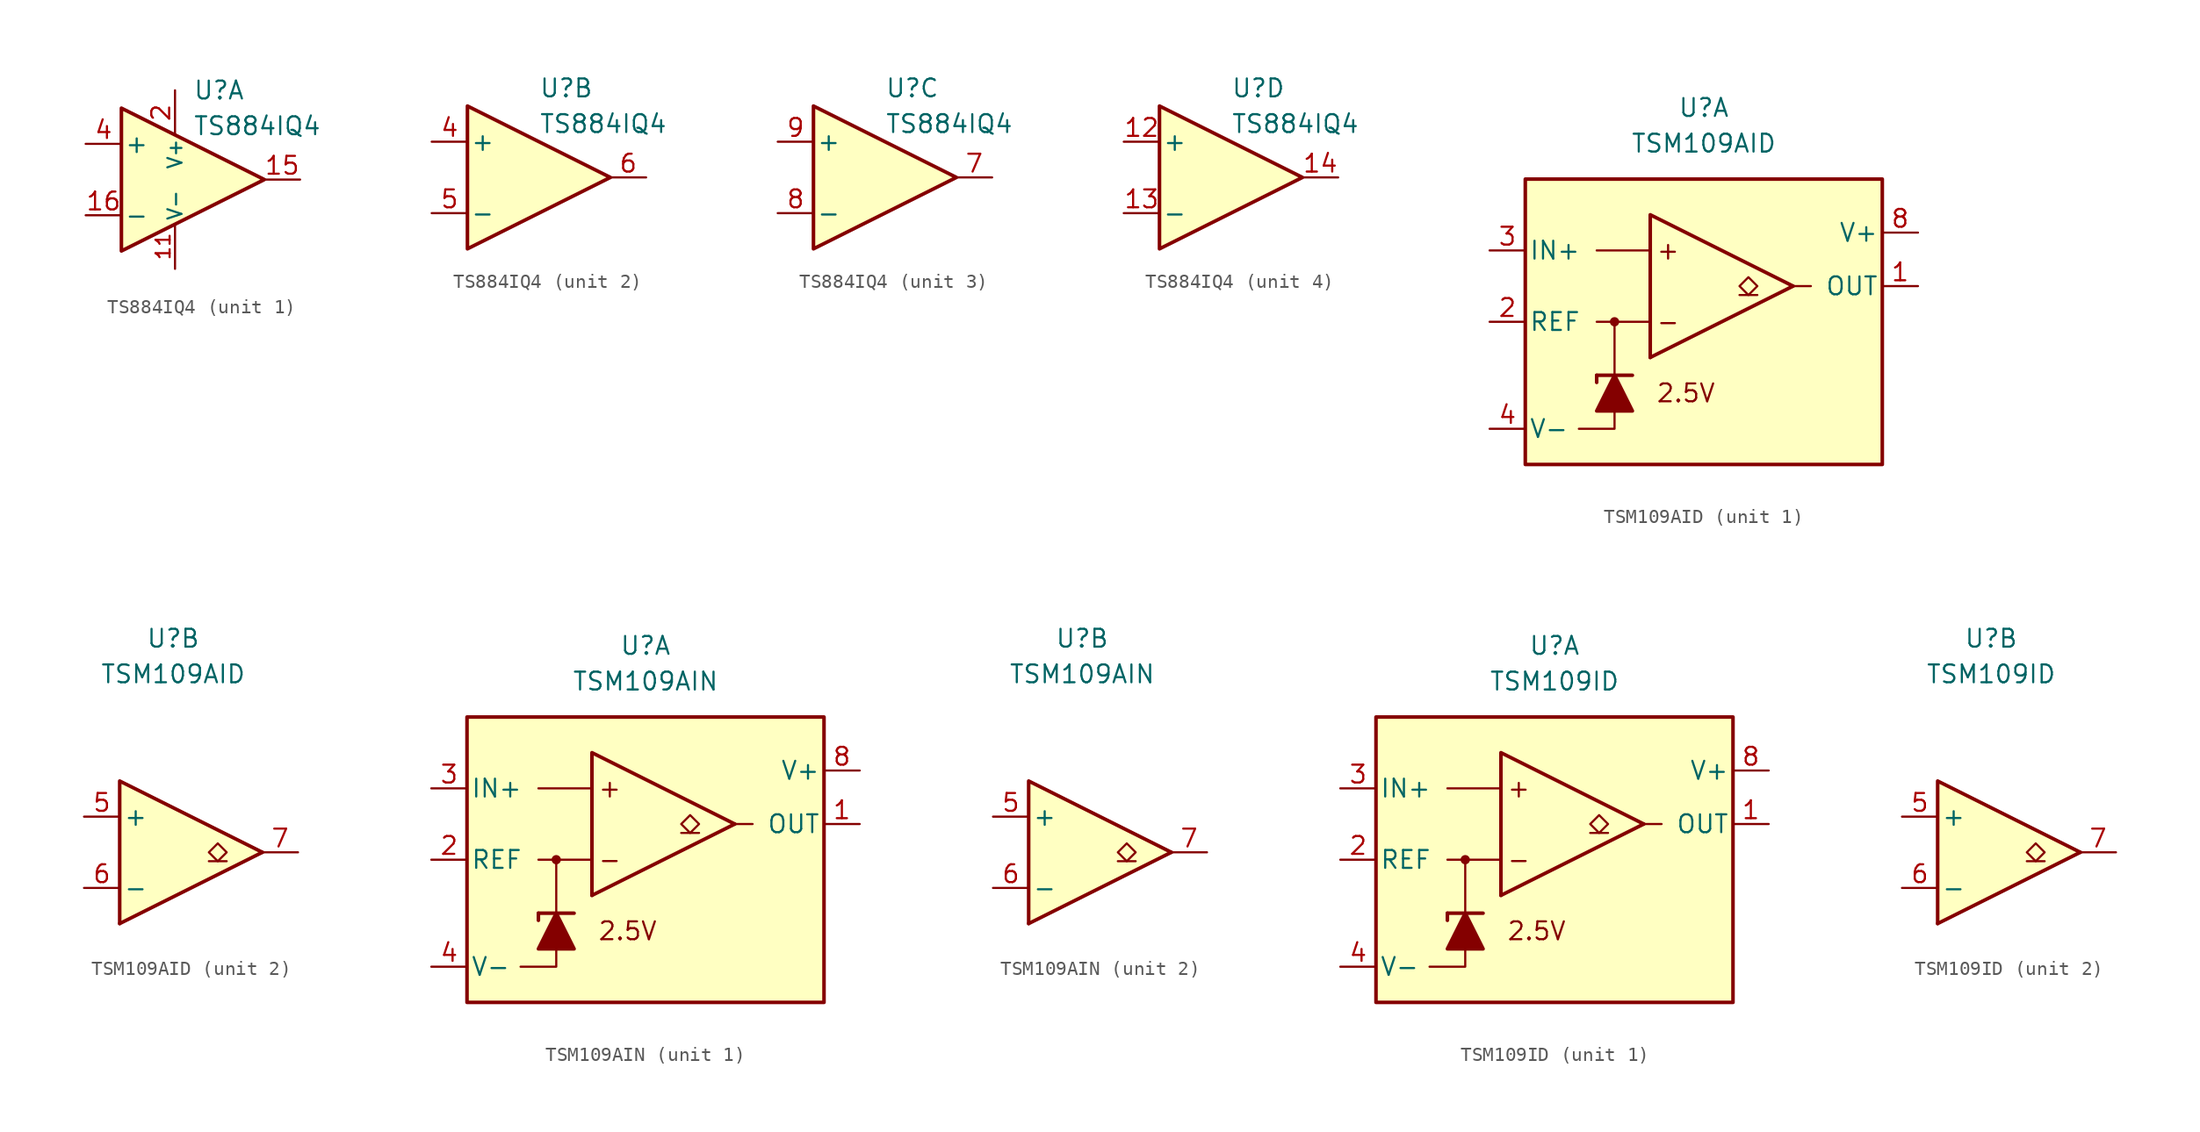
<source format=kicad_sym>
(kicad_symbol_lib
  (version 20211014)
  (generator kicad_symbol_editor)
  (symbol "TS884IQ4"
    (pin_names
      (offset 0.2))
    (property "Reference" "U"
      (at 1.27 6.35 0)
      (effects (font (size 1.27 1.27)) (justify left)))
    (property "Value" "TS884IQ4"
      (at 1.27 3.81 0)
      (effects (font (size 1.27 1.27)) (justify left)))
    (property "ki_locked" ""
      (at 0 0 0)
      (effects (font (size 1.27 1.27))))
    (symbol "TS884IQ4_0_1"
      (polyline (pts (xy -3.81 5.08) (xy -3.81 -5.08) (xy 6.35 0) (xy -3.81 5.08)) (stroke (width 0.254) (type default) (color 0 0 0 0)) (fill (type background))))
    (symbol "TS884IQ4_1_1"
      (pin no_connect line (at -1.27 -1.27 0) (length 2.54) hide (name "NC" (effects (font (size 1.27 1.27)))) (number "10" (effects (font (size 1.27 1.27)))))
      (pin power_in line (at 0 -6.35 90) (length 3.18) (name "V-" (effects (font (size 1 1)))) (number "11" (effects (font (size 1 1)))))
      (pin output line (at 8.89 0 180) (length 2.54) (name "~" (effects (font (size 1.27 1.27)))) (number "15" (effects (font (size 1.27 1.27)))))
      (pin input line (at -6.35 -2.54 0) (length 2.54) (name "-" (effects (font (size 1.27 1.27)))) (number "16" (effects (font (size 1.27 1.27)))))
      (pin power_in line (at 0 6.35 270) (length 3.18) (name "V+" (effects (font (size 1 1)))) (number "2" (effects (font (size 1.27 1.27)))))
      (pin no_connect line (at -1.27 1.27 0) (length 2.54) hide (name "NC" (effects (font (size 1.27 1.27)))) (number "3" (effects (font (size 1.27 1.27)))))
      (pin input line (at -6.35 2.54 0) (length 2.54) (name "+" (effects (font (size 1.27 1.27)))) (number "4" (effects (font (size 1.27 1.27))))))
    (symbol "TS884IQ4_2_1"
      (pin input line (at -6.35 2.54 0) (length 2.54) (name "+" (effects (font (size 1.27 1.27)))) (number "4" (effects (font (size 1.27 1.27)))))
      (pin input line (at -6.35 -2.54 0) (length 2.54) (name "-" (effects (font (size 1.27 1.27)))) (number "5" (effects (font (size 1.27 1.27)))))
      (pin output line (at 8.89 0 180) (length 2.54) (name "~" (effects (font (size 1.27 1.27)))) (number "6" (effects (font (size 1.27 1.27))))))
    (symbol "TS884IQ4_3_1"
      (pin output line (at 8.89 0 180) (length 2.54) (name "~" (effects (font (size 1.27 1.27)))) (number "7" (effects (font (size 1.27 1.27)))))
      (pin input line (at -6.35 -2.54 0) (length 2.54) (name "-" (effects (font (size 1.27 1.27)))) (number "8" (effects (font (size 1.27 1.27)))))
      (pin input line (at -6.35 2.54 0) (length 2.54) (name "+" (effects (font (size 1.27 1.27)))) (number "9" (effects (font (size 1.27 1.27))))))
    (symbol "TS884IQ4_4_1"
      (pin input line (at -6.35 2.54 0) (length 2.54) (name "+" (effects (font (size 1.27 1.27)))) (number "12" (effects (font (size 1.27 1.27)))))
      (pin input line (at -6.35 -2.54 0) (length 2.54) (name "-" (effects (font (size 1.27 1.27)))) (number "13" (effects (font (size 1.27 1.27)))))
      (pin output line (at 8.89 0 180) (length 2.54) (name "~" (effects (font (size 1.27 1.27)))) (number "14" (effects (font (size 1.27 1.27)))))))
  (symbol "TSM109AID"
    (pin_names
      (offset 0.254))
    (property "Reference" "U"
      (at 0 15.24 0)
      (effects (font (size 1.27 1.27))))
    (property "Value" "TSM109AID"
      (at 0 12.7 0)
      (effects (font (size 1.27 1.27))))
    (property "ki_locked" ""
      (at 0 0 0)
      (effects (font (size 1.27 1.27))))
    (symbol "TSM109AID_1_0"
      (circle (center -6.35 0) (radius 0.254) (stroke (width 0.152) (type default) (color 0 0 0 0)) (fill (type outline)))
      (polyline (pts (xy 6.35 2.54) (xy -3.81 -2.54)) (stroke (width 0.254) (type default) (color 0 0 0 0)) (fill (type none)))
      (polyline (pts (xy 6.35 2.54) (xy -3.81 7.62) (xy -3.81 -2.54)) (stroke (width 0.254) (type default) (color 0 0 0 0)) (fill (type background))))
    (symbol "TSM109AID_1_1"
      (rectangle (start -12.7 10.16) (end 12.7 -10.16) (stroke (width 0.254) (type default) (color 0 0 0 0)) (fill (type background)))
      (polyline (pts (xy -7.62 -3.81) (xy -7.62 -4.318)) (stroke (width 0.254) (type default) (color 0 0 0 0)) (fill (type none)))
      (polyline (pts (xy -7.62 -3.81) (xy -5.08 -3.81)) (stroke (width 0.254) (type default) (color 0 0 0 0)) (fill (type none)))
      (polyline (pts (xy -6.35 -3.81) (xy -6.35 0)) (stroke (width 0.152) (type default) (color 0 0 0 0)) (fill (type none)))
      (polyline (pts (xy -3.81 0) (xy -7.62 0)) (stroke (width 0) (type default) (color 0 0 0 0)) (fill (type none)))
      (polyline (pts (xy -3.81 5.08) (xy -7.62 5.08)) (stroke (width 0) (type default) (color 0 0 0 0)) (fill (type none)))
      (polyline (pts (xy 3.81 1.905) (xy 2.54 1.905)) (stroke (width 0.152) (type default) (color 0 0 0 0)) (fill (type none)))
      (polyline (pts (xy 6.35 2.54) (xy 7.62 2.54)) (stroke (width 0) (type default) (color 0 0 0 0)) (fill (type none)))
      (polyline (pts (xy -6.35 -6.35) (xy -6.35 -7.62) (xy -8.89 -7.62)) (stroke (width 0) (type default) (color 0 0 0 0)) (fill (type none)))
      (polyline (pts (xy -5.08 -6.35) (xy -7.62 -6.35) (xy -6.35 -3.81) (xy -5.08 -6.35)) (stroke (width 0.254) (type default) (color 0 0 0 0)) (fill (type outline)))
      (polyline (pts (xy 3.175 1.905) (xy 2.54 2.54) (xy 3.175 3.175) (xy 3.81 2.54) (xy 3.175 1.905)) (stroke (width 0.152) (type default) (color 0 0 0 0)) (fill (type none)))
      (text "+" (at -2.54 5.08 0) (effects (font (size 1.27 1.27))))
      (text "-" (at -2.54 0 0) (effects (font (size 1.27 1.27))))
      (text "2.5V" (at -1.27 -5.08 0) (effects (font (size 1.27 1.27))))
      (pin output line (at 15.24 2.54 180) (length 2.54) (name "OUT" (effects (font (size 1.27 1.27)))) (number "1" (effects (font (size 1.27 1.27)))))
      (pin output line (at -15.24 0 0) (length 2.54) (name "REF" (effects (font (size 1.27 1.27)))) (number "2" (effects (font (size 1.27 1.27)))))
      (pin input line (at -15.24 5.08 0) (length 2.54) (name "IN+" (effects (font (size 1.27 1.27)))) (number "3" (effects (font (size 1.27 1.27)))))
      (pin power_in line (at -15.24 -7.62 0) (length 2.54) (name "V-" (effects (font (size 1.27 1.27)))) (number "4" (effects (font (size 1.27 1.27)))))
      (pin power_in line (at 15.24 6.35 180) (length 2.54) (name "V+" (effects (font (size 1.27 1.27)))) (number "8" (effects (font (size 1.27 1.27))))))
    (symbol "TSM109AID_2_0"
      (polyline (pts (xy 6.35 0) (xy -3.81 -5.08)) (stroke (width 0.254) (type default) (color 0 0 0 0)) (fill (type none)))
      (polyline (pts (xy 6.35 0) (xy -3.81 5.08) (xy -3.81 -5.08)) (stroke (width 0.254) (type default) (color 0 0 0 0)) (fill (type background))))
    (symbol "TSM109AID_2_1"
      (polyline (pts (xy 3.81 -0.635) (xy 2.54 -0.635)) (stroke (width 0.152) (type default) (color 0 0 0 0)) (fill (type none)))
      (polyline (pts (xy 3.175 -0.635) (xy 2.54 0) (xy 3.175 0.635) (xy 3.81 0) (xy 3.175 -0.635)) (stroke (width 0.152) (type default) (color 0 0 0 0)) (fill (type none)))
      (pin input line (at -6.35 2.54 0) (length 2.54) (name "+" (effects (font (size 1.27 1.27)))) (number "5" (effects (font (size 1.27 1.27)))))
      (pin input line (at -6.35 -2.54 0) (length 2.54) (name "-" (effects (font (size 1.27 1.27)))) (number "6" (effects (font (size 1.27 1.27)))))
      (pin output line (at 8.89 0 180) (length 2.54) (name "~" (effects (font (size 1.27 1.27)))) (number "7" (effects (font (size 1.27 1.27)))))))
  (symbol "TSM109AIN"
    (pin_names
      (offset 0.254))
    (property "Reference" "U"
      (at 0 15.24 0)
      (effects (font (size 1.27 1.27))))
    (property "Value" "TSM109AIN"
      (at 0 12.7 0)
      (effects (font (size 1.27 1.27))))
    (property "ki_locked" ""
      (at 0 0 0)
      (effects (font (size 1.27 1.27))))
    (symbol "TSM109AIN_1_0"
      (circle (center -6.35 0) (radius 0.254) (stroke (width 0.152) (type default) (color 0 0 0 0)) (fill (type outline)))
      (polyline (pts (xy 6.35 2.54) (xy -3.81 -2.54)) (stroke (width 0.254) (type default) (color 0 0 0 0)) (fill (type none)))
      (polyline (pts (xy 6.35 2.54) (xy -3.81 7.62) (xy -3.81 -2.54)) (stroke (width 0.254) (type default) (color 0 0 0 0)) (fill (type background))))
    (symbol "TSM109AIN_1_1"
      (rectangle (start -12.7 10.16) (end 12.7 -10.16) (stroke (width 0.254) (type default) (color 0 0 0 0)) (fill (type background)))
      (polyline (pts (xy -7.62 -3.81) (xy -7.62 -4.318)) (stroke (width 0.254) (type default) (color 0 0 0 0)) (fill (type none)))
      (polyline (pts (xy -7.62 -3.81) (xy -5.08 -3.81)) (stroke (width 0.254) (type default) (color 0 0 0 0)) (fill (type none)))
      (polyline (pts (xy -6.35 -3.81) (xy -6.35 0)) (stroke (width 0.152) (type default) (color 0 0 0 0)) (fill (type none)))
      (polyline (pts (xy -3.81 0) (xy -7.62 0)) (stroke (width 0) (type default) (color 0 0 0 0)) (fill (type none)))
      (polyline (pts (xy -3.81 5.08) (xy -7.62 5.08)) (stroke (width 0) (type default) (color 0 0 0 0)) (fill (type none)))
      (polyline (pts (xy 3.81 1.905) (xy 2.54 1.905)) (stroke (width 0.152) (type default) (color 0 0 0 0)) (fill (type none)))
      (polyline (pts (xy 6.35 2.54) (xy 7.62 2.54)) (stroke (width 0) (type default) (color 0 0 0 0)) (fill (type none)))
      (polyline (pts (xy -6.35 -6.35) (xy -6.35 -7.62) (xy -8.89 -7.62)) (stroke (width 0) (type default) (color 0 0 0 0)) (fill (type none)))
      (polyline (pts (xy -5.08 -6.35) (xy -7.62 -6.35) (xy -6.35 -3.81) (xy -5.08 -6.35)) (stroke (width 0.254) (type default) (color 0 0 0 0)) (fill (type outline)))
      (polyline (pts (xy 3.175 1.905) (xy 2.54 2.54) (xy 3.175 3.175) (xy 3.81 2.54) (xy 3.175 1.905)) (stroke (width 0.152) (type default) (color 0 0 0 0)) (fill (type none)))
      (text "+" (at -2.54 5.08 0) (effects (font (size 1.27 1.27))))
      (text "-" (at -2.54 0 0) (effects (font (size 1.27 1.27))))
      (text "2.5V" (at -1.27 -5.08 0) (effects (font (size 1.27 1.27))))
      (pin output line (at 15.24 2.54 180) (length 2.54) (name "OUT" (effects (font (size 1.27 1.27)))) (number "1" (effects (font (size 1.27 1.27)))))
      (pin output line (at -15.24 0 0) (length 2.54) (name "REF" (effects (font (size 1.27 1.27)))) (number "2" (effects (font (size 1.27 1.27)))))
      (pin input line (at -15.24 5.08 0) (length 2.54) (name "IN+" (effects (font (size 1.27 1.27)))) (number "3" (effects (font (size 1.27 1.27)))))
      (pin power_in line (at -15.24 -7.62 0) (length 2.54) (name "V-" (effects (font (size 1.27 1.27)))) (number "4" (effects (font (size 1.27 1.27)))))
      (pin power_in line (at 15.24 6.35 180) (length 2.54) (name "V+" (effects (font (size 1.27 1.27)))) (number "8" (effects (font (size 1.27 1.27))))))
    (symbol "TSM109AIN_2_0"
      (polyline (pts (xy 6.35 0) (xy -3.81 -5.08)) (stroke (width 0.254) (type default) (color 0 0 0 0)) (fill (type none)))
      (polyline (pts (xy 6.35 0) (xy -3.81 5.08) (xy -3.81 -5.08)) (stroke (width 0.254) (type default) (color 0 0 0 0)) (fill (type background))))
    (symbol "TSM109AIN_2_1"
      (polyline (pts (xy 3.81 -0.635) (xy 2.54 -0.635)) (stroke (width 0.152) (type default) (color 0 0 0 0)) (fill (type none)))
      (polyline (pts (xy 3.175 -0.635) (xy 2.54 0) (xy 3.175 0.635) (xy 3.81 0) (xy 3.175 -0.635)) (stroke (width 0.152) (type default) (color 0 0 0 0)) (fill (type none)))
      (pin input line (at -6.35 2.54 0) (length 2.54) (name "+" (effects (font (size 1.27 1.27)))) (number "5" (effects (font (size 1.27 1.27)))))
      (pin input line (at -6.35 -2.54 0) (length 2.54) (name "-" (effects (font (size 1.27 1.27)))) (number "6" (effects (font (size 1.27 1.27)))))
      (pin output line (at 8.89 0 180) (length 2.54) (name "~" (effects (font (size 1.27 1.27)))) (number "7" (effects (font (size 1.27 1.27)))))))
  (symbol "TSM109ID"
    (pin_names
      (offset 0.254))
    (property "Reference" "U"
      (at 0 15.24 0)
      (effects (font (size 1.27 1.27))))
    (property "Value" "TSM109ID"
      (at 0 12.7 0)
      (effects (font (size 1.27 1.27))))
    (property "ki_locked" ""
      (at 0 0 0)
      (effects (font (size 1.27 1.27))))
    (symbol "TSM109ID_1_0"
      (circle (center -6.35 0) (radius 0.254) (stroke (width 0.152) (type default) (color 0 0 0 0)) (fill (type outline)))
      (polyline (pts (xy 6.35 2.54) (xy -3.81 -2.54)) (stroke (width 0.254) (type default) (color 0 0 0 0)) (fill (type none)))
      (polyline (pts (xy 6.35 2.54) (xy -3.81 7.62) (xy -3.81 -2.54)) (stroke (width 0.254) (type default) (color 0 0 0 0)) (fill (type background))))
    (symbol "TSM109ID_1_1"
      (rectangle (start -12.7 10.16) (end 12.7 -10.16) (stroke (width 0.254) (type default) (color 0 0 0 0)) (fill (type background)))
      (polyline (pts (xy -7.62 -3.81) (xy -7.62 -4.318)) (stroke (width 0.254) (type default) (color 0 0 0 0)) (fill (type none)))
      (polyline (pts (xy -7.62 -3.81) (xy -5.08 -3.81)) (stroke (width 0.254) (type default) (color 0 0 0 0)) (fill (type none)))
      (polyline (pts (xy -6.35 -3.81) (xy -6.35 0)) (stroke (width 0.152) (type default) (color 0 0 0 0)) (fill (type none)))
      (polyline (pts (xy -3.81 0) (xy -7.62 0)) (stroke (width 0) (type default) (color 0 0 0 0)) (fill (type none)))
      (polyline (pts (xy -3.81 5.08) (xy -7.62 5.08)) (stroke (width 0) (type default) (color 0 0 0 0)) (fill (type none)))
      (polyline (pts (xy 3.81 1.905) (xy 2.54 1.905)) (stroke (width 0.152) (type default) (color 0 0 0 0)) (fill (type none)))
      (polyline (pts (xy 6.35 2.54) (xy 7.62 2.54)) (stroke (width 0) (type default) (color 0 0 0 0)) (fill (type none)))
      (polyline (pts (xy -6.35 -6.35) (xy -6.35 -7.62) (xy -8.89 -7.62)) (stroke (width 0) (type default) (color 0 0 0 0)) (fill (type none)))
      (polyline (pts (xy -5.08 -6.35) (xy -7.62 -6.35) (xy -6.35 -3.81) (xy -5.08 -6.35)) (stroke (width 0.254) (type default) (color 0 0 0 0)) (fill (type outline)))
      (polyline (pts (xy 3.175 1.905) (xy 2.54 2.54) (xy 3.175 3.175) (xy 3.81 2.54) (xy 3.175 1.905)) (stroke (width 0.152) (type default) (color 0 0 0 0)) (fill (type none)))
      (text "+" (at -2.54 5.08 0) (effects (font (size 1.27 1.27))))
      (text "-" (at -2.54 0 0) (effects (font (size 1.27 1.27))))
      (text "2.5V" (at -1.27 -5.08 0) (effects (font (size 1.27 1.27))))
      (pin output line (at 15.24 2.54 180) (length 2.54) (name "OUT" (effects (font (size 1.27 1.27)))) (number "1" (effects (font (size 1.27 1.27)))))
      (pin output line (at -15.24 0 0) (length 2.54) (name "REF" (effects (font (size 1.27 1.27)))) (number "2" (effects (font (size 1.27 1.27)))))
      (pin input line (at -15.24 5.08 0) (length 2.54) (name "IN+" (effects (font (size 1.27 1.27)))) (number "3" (effects (font (size 1.27 1.27)))))
      (pin power_in line (at -15.24 -7.62 0) (length 2.54) (name "V-" (effects (font (size 1.27 1.27)))) (number "4" (effects (font (size 1.27 1.27)))))
      (pin power_in line (at 15.24 6.35 180) (length 2.54) (name "V+" (effects (font (size 1.27 1.27)))) (number "8" (effects (font (size 1.27 1.27))))))
    (symbol "TSM109ID_2_0"
      (polyline (pts (xy 6.35 0) (xy -3.81 -5.08)) (stroke (width 0.254) (type default) (color 0 0 0 0)) (fill (type none)))
      (polyline (pts (xy 6.35 0) (xy -3.81 5.08) (xy -3.81 -5.08)) (stroke (width 0.254) (type default) (color 0 0 0 0)) (fill (type background))))
    (symbol "TSM109ID_2_1"
      (polyline (pts (xy 3.81 -0.635) (xy 2.54 -0.635)) (stroke (width 0.152) (type default) (color 0 0 0 0)) (fill (type none)))
      (polyline (pts (xy 3.175 -0.635) (xy 2.54 0) (xy 3.175 0.635) (xy 3.81 0) (xy 3.175 -0.635)) (stroke (width 0.152) (type default) (color 0 0 0 0)) (fill (type none)))
      (pin input line (at -6.35 2.54 0) (length 2.54) (name "+" (effects (font (size 1.27 1.27)))) (number "5" (effects (font (size 1.27 1.27)))))
      (pin input line (at -6.35 -2.54 0) (length 2.54) (name "-" (effects (font (size 1.27 1.27)))) (number "6" (effects (font (size 1.27 1.27)))))
      (pin output line (at 8.89 0 180) (length 2.54) (name "~" (effects (font (size 1.27 1.27)))) (number "7" (effects (font (size 1.27 1.27))))))))
</source>
